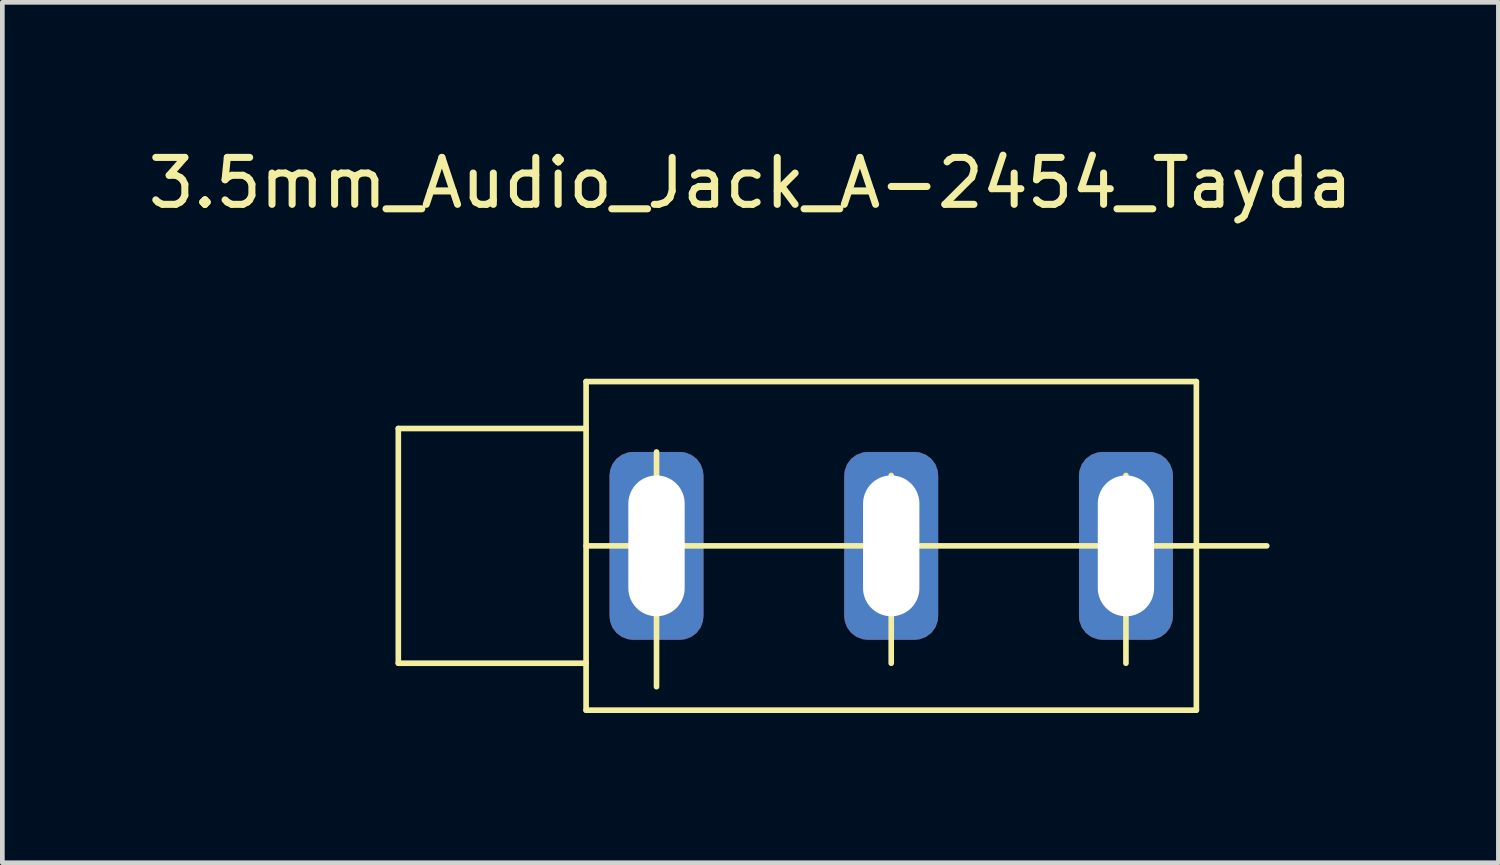
<source format=kicad_pcb>
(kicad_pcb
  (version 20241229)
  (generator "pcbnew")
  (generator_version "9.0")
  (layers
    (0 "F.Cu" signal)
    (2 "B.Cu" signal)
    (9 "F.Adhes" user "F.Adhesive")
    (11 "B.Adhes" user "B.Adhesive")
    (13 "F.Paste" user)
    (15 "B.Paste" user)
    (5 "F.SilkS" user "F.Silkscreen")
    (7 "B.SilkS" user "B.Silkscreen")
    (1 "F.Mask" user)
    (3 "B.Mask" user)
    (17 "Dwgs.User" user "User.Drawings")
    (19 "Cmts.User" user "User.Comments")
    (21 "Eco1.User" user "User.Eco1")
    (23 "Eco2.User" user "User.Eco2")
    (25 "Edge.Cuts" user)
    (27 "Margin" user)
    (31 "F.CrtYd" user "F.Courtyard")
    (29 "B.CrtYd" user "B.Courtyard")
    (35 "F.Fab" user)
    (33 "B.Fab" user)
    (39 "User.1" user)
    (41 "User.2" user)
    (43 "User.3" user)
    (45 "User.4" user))
  (footprint "3.5mm_Audio_Jack_A-2454_Tayda"
    (layer "F.Cu")
    (at 9.435 12.078)
    (property "Reference" "3.5mm_Audio_Jack_A-2454_Tayda" (at 3.5 -11.23 0) (layer "F.SilkS") (effects (font (size 1 1) (thickness 0.15))))
    (attr through_hole)
    (fp_line (start -4 -6) (end 0 -6) (stroke (width 0.12) (type solid)) (layer "F.SilkS"))
    (fp_line (start -4 -1) (end -4 -6) (stroke (width 0.12) (type solid)) (layer "F.SilkS"))
    (fp_line (start 0 -7) (end 13 -7) (stroke (width 0.12) (type solid)) (layer "F.SilkS"))
    (fp_line (start 0 -3.5) (end 14.5 -3.5) (stroke (width 0.12) (type solid)) (layer "F.SilkS"))
    (fp_line (start 0 -1) (end -4 -1) (stroke (width 0.12) (type solid)) (layer "F.SilkS"))
    (fp_line (start 0 0) (end 0 -7) (stroke (width 0.12) (type solid)) (layer "F.SilkS"))
    (fp_line (start 1.5 -0.5) (end 1.5 -5.5) (stroke (width 0.12) (type solid)) (layer "F.SilkS"))
    (fp_line (start 6.5 -1) (end 6.5 -5) (stroke (width 0.12) (type solid)) (layer "F.SilkS"))
    (fp_line (start 11.5 -1) (end 11.5 -5) (stroke (width 0.12) (type solid)) (layer "F.SilkS"))
    (fp_line (start 13 -7) (end 13 0) (stroke (width 0.12) (type solid)) (layer "F.SilkS"))
    (fp_line (start 13 0) (end 0 0) (stroke (width 0.12) (type solid)) (layer "F.SilkS"))
    (pad "1" thru_hole roundrect (at 1.5 -3.5) (size 2 4) (drill oval 1.2 3) (layers "*.Cu" "*.Mask") (roundrect_rratio 0.25))
    (pad "2" thru_hole roundrect (at 6.5 -3.5) (size 2 4) (drill oval 1.2 3) (layers "*.Cu" "*.Mask") (roundrect_rratio 0.25))
    (pad "3" thru_hole roundrect (at 11.5 -3.5) (size 2 4) (drill oval 1.2 3) (layers "*.Cu" "*.Mask") (roundrect_rratio 0.25)))
  (gr_rect
    (start -3 -3)
    (end 28.869 15.328)
    (stroke (width 0.1) (type default))
    (fill no)
    (layer "Edge.Cuts")))
</source>
